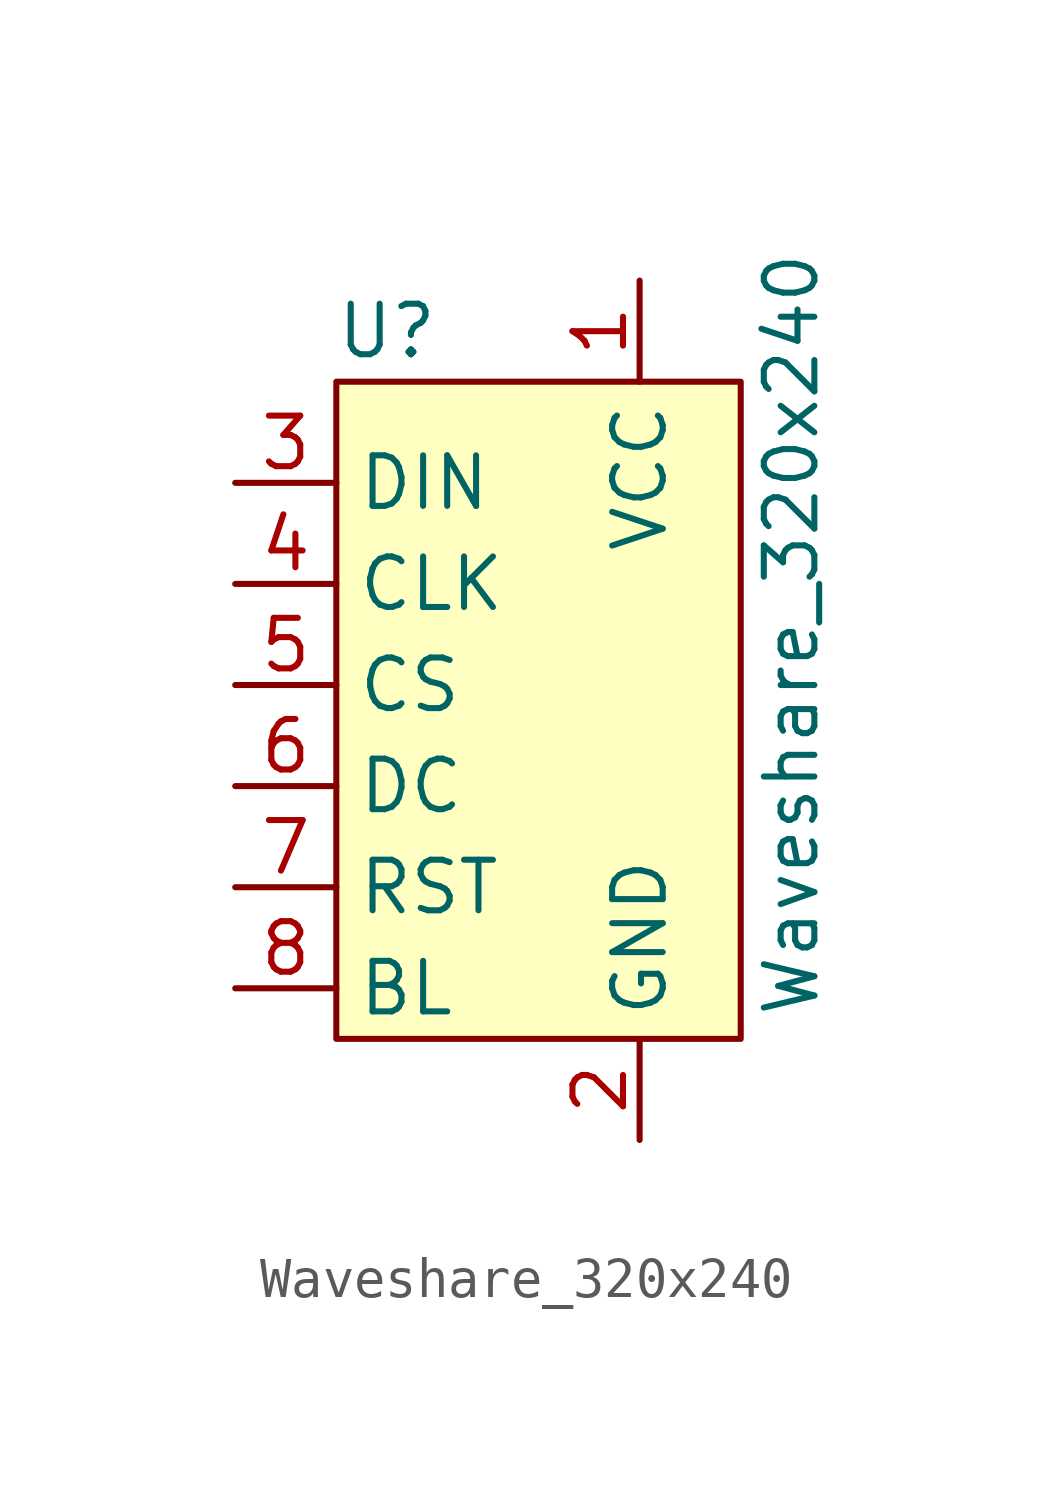
<source format=kicad_sym>
(kicad_symbol_lib
  (version 20211014)
  (generator kicad_symbol_editor)
  (symbol "Waveshare_320x240"
    (property "Reference" "U"
      (at -1.27 7.62 0)
      (effects (font (size 1.27 1.27))))
    (property "Value" "Waveshare_320x240"
      (at 8.89 0 90)
      (effects (font (size 1.27 1.27))))
    (symbol "Waveshare_320x240_0_1"
      (rectangle (start -2.54 6.35) (end 7.62 -10.16) (stroke (width 0.152) (type default) (color 0 0 0 0)) (fill (type background))))
    (symbol "Waveshare_320x240_1_1"
      (pin input line (at 5.08 8.89 270) (length 2.54) (name "VCC" (effects (font (size 1.27 1.27)))) (number "1" (effects (font (size 1.27 1.27)))))
      (pin input line (at 5.08 -12.7 90) (length 2.54) (name "GND" (effects (font (size 1.27 1.27)))) (number "2" (effects (font (size 1.27 1.27)))))
      (pin input line (at -5.08 3.81 0) (length 2.54) (name "DIN" (effects (font (size 1.27 1.27)))) (number "3" (effects (font (size 1.27 1.27)))))
      (pin input line (at -5.08 1.27 0) (length 2.54) (name "CLK" (effects (font (size 1.27 1.27)))) (number "4" (effects (font (size 1.27 1.27)))))
      (pin input line (at -5.08 -1.27 0) (length 2.54) (name "CS" (effects (font (size 1.27 1.27)))) (number "5" (effects (font (size 1.27 1.27)))))
      (pin input line (at -5.08 -3.81 0) (length 2.54) (name "DC" (effects (font (size 1.27 1.27)))) (number "6" (effects (font (size 1.27 1.27)))))
      (pin input line (at -5.08 -6.35 0) (length 2.54) (name "RST" (effects (font (size 1.27 1.27)))) (number "7" (effects (font (size 1.27 1.27)))))
      (pin input line (at -5.08 -8.89 0) (length 2.54) (name "BL" (effects (font (size 1.27 1.27)))) (number "8" (effects (font (size 1.27 1.27))))))))
</source>
